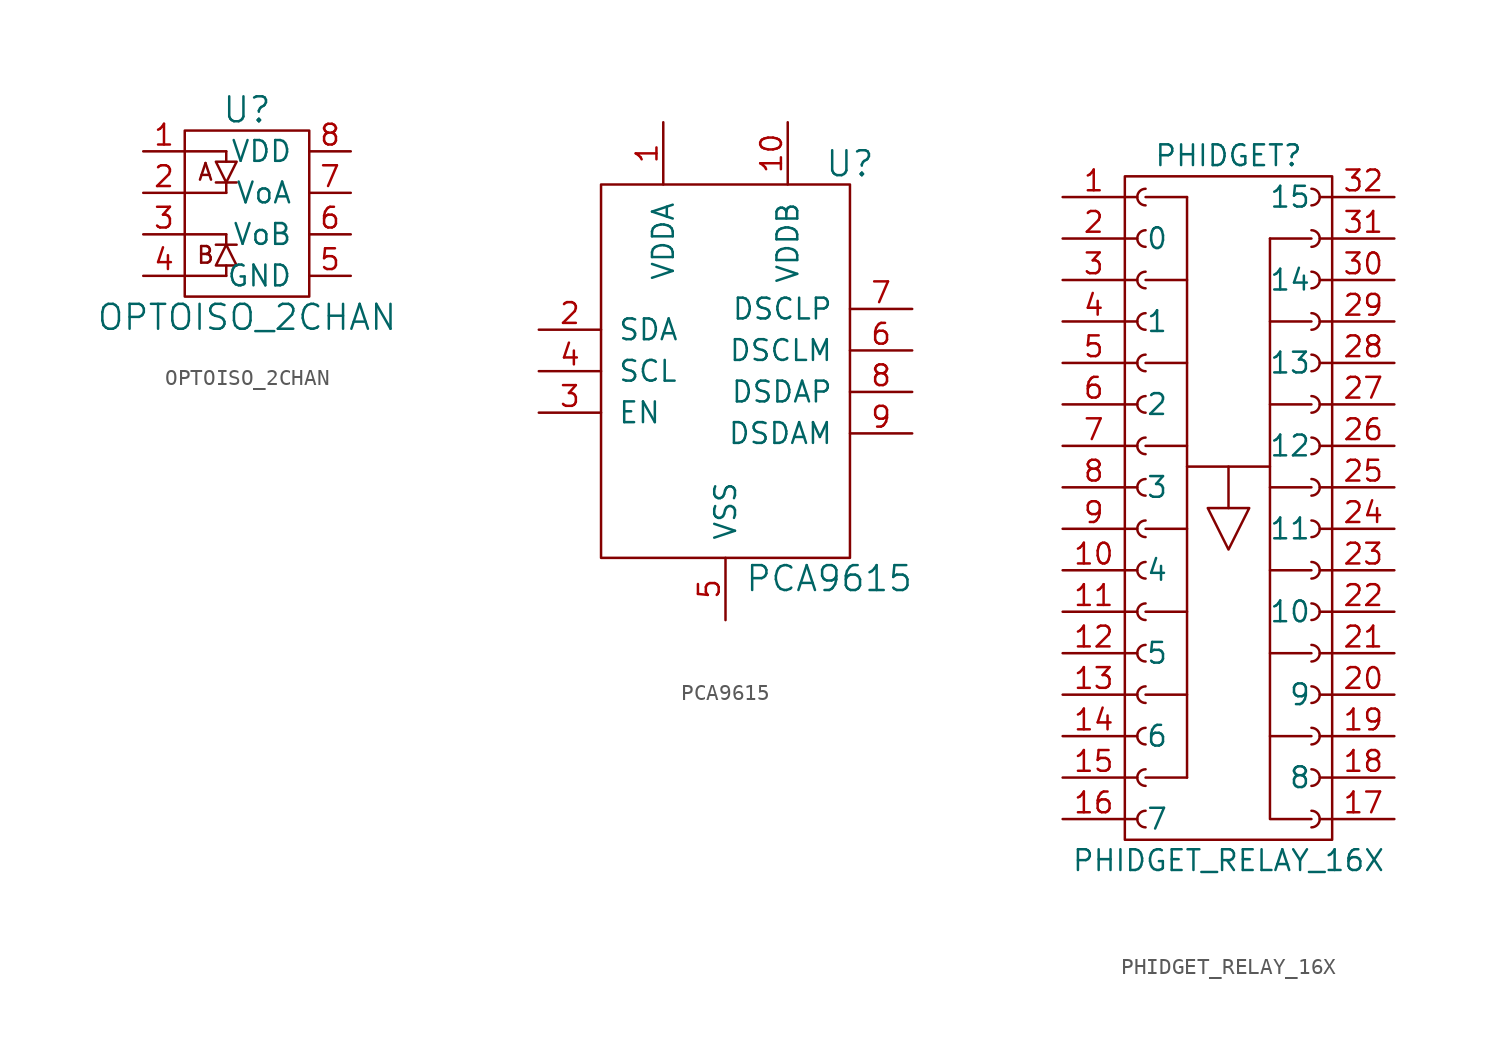
<source format=kicad_sym>
(kicad_symbol_lib
  (version 20211014)
  (generator kicad_symbol_editor)
  (symbol "OPTOISO_2CHAN"
    (pin_names
      (offset 1.016))
    (property "Reference" "U"
      (at 0 6.35 0)
      (effects (font (size 1.524 1.524))))
    (property "Value" "OPTOISO_2CHAN"
      (at 0 -6.35 0)
      (effects (font (size 1.524 1.524))))
    (symbol "OPTOISO_2CHAN_0_0"
      (text "A" (at -2.54 2.54 0) (effects (font (size 1.016 1.016))))
      (text "B" (at -2.54 -2.54 0) (effects (font (size 1.016 1.016)))))
    (symbol "OPTOISO_2CHAN_0_1"
      (rectangle (start -3.81 5.08) (end 3.81 -5.08) (stroke (width 0) (type default) (color 0 0 0 0)) (fill (type none)))
      (polyline (pts (xy -3.81 -3.81) (xy -1.27 -3.81)) (stroke (width 0) (type default) (color 0 0 0 0)) (fill (type none)))
      (polyline (pts (xy -3.81 -1.27) (xy -1.27 -1.27)) (stroke (width 0) (type default) (color 0 0 0 0)) (fill (type none)))
      (polyline (pts (xy -3.81 1.27) (xy -1.27 1.27)) (stroke (width 0) (type default) (color 0 0 0 0)) (fill (type none)))
      (polyline (pts (xy -3.81 3.81) (xy -1.27 3.81)) (stroke (width 0) (type default) (color 0 0 0 0)) (fill (type none)))
      (polyline (pts (xy -1.905 -1.905) (xy -0.635 -1.905)) (stroke (width 0) (type default) (color 0 0 0 0)) (fill (type none)))
      (polyline (pts (xy -1.905 1.905) (xy -0.635 1.905)) (stroke (width 0) (type default) (color 0 0 0 0)) (fill (type none)))
      (polyline (pts (xy -1.27 -3.175) (xy -1.27 -3.81)) (stroke (width 0) (type default) (color 0 0 0 0)) (fill (type none)))
      (polyline (pts (xy -1.27 -1.905) (xy -1.27 -1.27)) (stroke (width 0) (type default) (color 0 0 0 0)) (fill (type none)))
      (polyline (pts (xy -1.27 1.905) (xy -1.27 1.27)) (stroke (width 0) (type default) (color 0 0 0 0)) (fill (type none)))
      (polyline (pts (xy -1.27 3.175) (xy -1.27 3.81)) (stroke (width 0) (type default) (color 0 0 0 0)) (fill (type none)))
      (polyline (pts (xy -1.905 3.175) (xy -0.635 3.175) (xy -1.27 1.905) (xy -1.905 3.175)) (stroke (width 0) (type default) (color 0 0 0 0)) (fill (type none)))
      (polyline (pts (xy -1.27 -1.905) (xy -1.905 -3.175) (xy -0.635 -3.175) (xy -1.27 -1.905)) (stroke (width 0) (type default) (color 0 0 0 0)) (fill (type none))))
    (symbol "OPTOISO_2CHAN_1_1"
      (pin passive line (at -6.35 3.81 0) (length 2.54) (name "~" (effects (font (size 1.27 1.27)))) (number "1" (effects (font (size 1.27 1.27)))))
      (pin passive line (at -6.35 1.27 0) (length 2.54) (name "~" (effects (font (size 1.27 1.27)))) (number "2" (effects (font (size 1.27 1.27)))))
      (pin passive line (at -6.35 -1.27 0) (length 2.54) (name "~" (effects (font (size 1.27 1.27)))) (number "3" (effects (font (size 1.27 1.27)))))
      (pin passive line (at -6.35 -3.81 0) (length 2.54) (name "~" (effects (font (size 1.27 1.27)))) (number "4" (effects (font (size 1.27 1.27)))))
      (pin power_in line (at 6.35 -3.81 180) (length 2.54) (name "GND" (effects (font (size 1.27 1.27)))) (number "5" (effects (font (size 1.27 1.27)))))
      (pin passive line (at 6.35 -1.27 180) (length 2.54) (name "VoB" (effects (font (size 1.27 1.27)))) (number "6" (effects (font (size 1.27 1.27)))))
      (pin passive line (at 6.35 1.27 180) (length 2.54) (name "VoA" (effects (font (size 1.27 1.27)))) (number "7" (effects (font (size 1.27 1.27)))))
      (pin power_in line (at 6.35 3.81 180) (length 2.54) (name "VDD" (effects (font (size 1.27 1.27)))) (number "8" (effects (font (size 1.27 1.27)))))))
  (symbol "PCA9615"
    (pin_names
      (offset 1.016))
    (property "Reference" "U"
      (at 7.62 12.7 0)
      (effects (font (size 1.524 1.524))))
    (property "Value" "PCA9615"
      (at 6.35 -12.7 0)
      (effects (font (size 1.524 1.524))))
    (symbol "PCA9615_0_1"
      (rectangle (start -7.62 11.43) (end 7.62 -11.43) (stroke (width 0) (type default) (color 0 0 0 0)) (fill (type none))))
    (symbol "PCA9615_1_1"
      (pin power_in line (at -3.81 15.24 270) (length 3.81) (name "VDDA" (effects (font (size 1.27 1.27)))) (number "1" (effects (font (size 1.27 1.27)))))
      (pin power_in line (at 3.81 15.24 270) (length 3.81) (name "VDDB" (effects (font (size 1.27 1.27)))) (number "10" (effects (font (size 1.27 1.27)))))
      (pin passive line (at -11.43 2.54 0) (length 3.81) (name "SDA" (effects (font (size 1.27 1.27)))) (number "2" (effects (font (size 1.27 1.27)))))
      (pin passive line (at -11.43 -2.54 0) (length 3.81) (name "EN" (effects (font (size 1.27 1.27)))) (number "3" (effects (font (size 1.27 1.27)))))
      (pin passive line (at -11.43 0 0) (length 3.81) (name "SCL" (effects (font (size 1.27 1.27)))) (number "4" (effects (font (size 1.27 1.27)))))
      (pin passive line (at 0 -15.24 90) (length 3.81) (name "VSS" (effects (font (size 1.27 1.27)))) (number "5" (effects (font (size 1.27 1.27)))))
      (pin passive line (at 11.43 1.27 180) (length 3.81) (name "DSCLM" (effects (font (size 1.27 1.27)))) (number "6" (effects (font (size 1.27 1.27)))))
      (pin passive line (at 11.43 3.81 180) (length 3.81) (name "DSCLP" (effects (font (size 1.27 1.27)))) (number "7" (effects (font (size 1.27 1.27)))))
      (pin passive line (at 11.43 -1.27 180) (length 3.81) (name "DSDAP" (effects (font (size 1.27 1.27)))) (number "8" (effects (font (size 1.27 1.27)))))
      (pin passive line (at 11.43 -3.81 180) (length 3.81) (name "DSDAM" (effects (font (size 1.27 1.27)))) (number "9" (effects (font (size 1.27 1.27)))))))
  (symbol "PHIDGET_RELAY_16X"
    (pin_names
      (offset 1.27))
    (property "Reference" "PHIDGET"
      (at 0 19.05 0)
      (effects (font (size 1.27 1.27))))
    (property "Value" "PHIDGET_RELAY_16X"
      (at 0 -24.13 0)
      (effects (font (size 1.27 1.27))))
    (symbol "PHIDGET_RELAY_16X_0_1"
      (rectangle (start -6.35 17.78) (end 6.35 -22.86) (stroke (width 0) (type default) (color 0 0 0 0)) (fill (type none)))
      (polyline (pts (xy -5.08 -19.05) (xy -2.54 -19.05)) (stroke (width 0) (type default) (color 0 0 0 0)) (fill (type none)))
      (polyline (pts (xy -5.08 -13.97) (xy -2.54 -13.97)) (stroke (width 0) (type default) (color 0 0 0 0)) (fill (type none)))
      (polyline (pts (xy -5.08 -8.89) (xy -2.54 -8.89)) (stroke (width 0) (type default) (color 0 0 0 0)) (fill (type none)))
      (polyline (pts (xy -5.08 -3.81) (xy -2.54 -3.81)) (stroke (width 0) (type default) (color 0 0 0 0)) (fill (type none)))
      (polyline (pts (xy -5.08 1.27) (xy -2.54 1.27)) (stroke (width 0) (type default) (color 0 0 0 0)) (fill (type none)))
      (polyline (pts (xy -5.08 6.35) (xy -2.54 6.35)) (stroke (width 0) (type default) (color 0 0 0 0)) (fill (type none)))
      (polyline (pts (xy -5.08 11.43) (xy -2.54 11.43)) (stroke (width 0) (type default) (color 0 0 0 0)) (fill (type none)))
      (polyline (pts (xy -5.08 16.51) (xy -2.54 16.51)) (stroke (width 0) (type default) (color 0 0 0 0)) (fill (type none)))
      (polyline (pts (xy -2.54 0) (xy 2.54 0)) (stroke (width 0) (type default) (color 0 0 0 0)) (fill (type none)))
      (polyline (pts (xy -2.54 16.51) (xy -2.54 -19.05)) (stroke (width 0) (type default) (color 0 0 0 0)) (fill (type none)))
      (polyline (pts (xy 0 -2.54) (xy 0 0)) (stroke (width 0) (type default) (color 0 0 0 0)) (fill (type none)))
      (polyline (pts (xy 2.54 -16.51) (xy 5.08 -16.51)) (stroke (width 0) (type default) (color 0 0 0 0)) (fill (type none)))
      (polyline (pts (xy 2.54 -11.43) (xy 5.08 -11.43)) (stroke (width 0) (type default) (color 0 0 0 0)) (fill (type none)))
      (polyline (pts (xy 2.54 -6.35) (xy 5.08 -6.35)) (stroke (width 0) (type default) (color 0 0 0 0)) (fill (type none)))
      (polyline (pts (xy 2.54 -1.27) (xy 5.08 -1.27)) (stroke (width 0) (type default) (color 0 0 0 0)) (fill (type none)))
      (polyline (pts (xy 2.54 3.81) (xy 5.08 3.81)) (stroke (width 0) (type default) (color 0 0 0 0)) (fill (type none)))
      (polyline (pts (xy 2.54 8.89) (xy 5.08 8.89)) (stroke (width 0) (type default) (color 0 0 0 0)) (fill (type none)))
      (polyline (pts (xy 2.54 13.97) (xy 5.08 13.97)) (stroke (width 0) (type default) (color 0 0 0 0)) (fill (type none)))
      (polyline (pts (xy 2.54 13.97) (xy 2.54 -21.59) (xy 5.08 -21.59)) (stroke (width 0) (type default) (color 0 0 0 0)) (fill (type none)))
      (polyline (pts (xy -1.27 -2.54) (xy 1.27 -2.54) (xy 0 -5.08) (xy -1.27 -2.54)) (stroke (width 0) (type default) (color 0 0 0 0)) (fill (type none))))
    (symbol "PHIDGET_RELAY_16X_1_1"
      (arc (start -5.08 -21.082) (mid -5.588 -21.59) (end -5.08 -22.098) (stroke (width 0.1524) (type default) (color 0 0 0 0)) (fill (type none)))
      (arc (start -5.08 -18.542) (mid -5.588 -19.05) (end -5.08 -19.558) (stroke (width 0.1524) (type default) (color 0 0 0 0)) (fill (type none)))
      (arc (start -5.08 -16.002) (mid -5.588 -16.51) (end -5.08 -17.018) (stroke (width 0.1524) (type default) (color 0 0 0 0)) (fill (type none)))
      (arc (start -5.08 -13.462) (mid -5.588 -13.97) (end -5.08 -14.478) (stroke (width 0.1524) (type default) (color 0 0 0 0)) (fill (type none)))
      (arc (start -5.08 -10.922) (mid -5.588 -11.43) (end -5.08 -11.938) (stroke (width 0.1524) (type default) (color 0 0 0 0)) (fill (type none)))
      (arc (start -5.08 -8.382) (mid -5.588 -8.89) (end -5.08 -9.398) (stroke (width 0.1524) (type default) (color 0 0 0 0)) (fill (type none)))
      (arc (start -5.08 -5.842) (mid -5.588 -6.35) (end -5.08 -6.858) (stroke (width 0.1524) (type default) (color 0 0 0 0)) (fill (type none)))
      (arc (start -5.08 -3.302) (mid -5.588 -3.81) (end -5.08 -4.318) (stroke (width 0.1524) (type default) (color 0 0 0 0)) (fill (type none)))
      (arc (start -5.08 -0.762) (mid -5.588 -1.27) (end -5.08 -1.778) (stroke (width 0.1524) (type default) (color 0 0 0 0)) (fill (type none)))
      (arc (start -5.08 1.778) (mid -5.588 1.27) (end -5.08 0.762) (stroke (width 0.1524) (type default) (color 0 0 0 0)) (fill (type none)))
      (arc (start -5.08 4.318) (mid -5.588 3.81) (end -5.08 3.302) (stroke (width 0.1524) (type default) (color 0 0 0 0)) (fill (type none)))
      (arc (start -5.08 6.858) (mid -5.588 6.35) (end -5.08 5.842) (stroke (width 0.1524) (type default) (color 0 0 0 0)) (fill (type none)))
      (arc (start -5.08 9.398) (mid -5.588 8.89) (end -5.08 8.382) (stroke (width 0.1524) (type default) (color 0 0 0 0)) (fill (type none)))
      (arc (start -5.08 11.938) (mid -5.588 11.43) (end -5.08 10.922) (stroke (width 0.1524) (type default) (color 0 0 0 0)) (fill (type none)))
      (arc (start -5.08 14.478) (mid -5.588 13.97) (end -5.08 13.462) (stroke (width 0.1524) (type default) (color 0 0 0 0)) (fill (type none)))
      (arc (start -5.08 17.018) (mid -5.588 16.51) (end -5.08 16.002) (stroke (width 0.1524) (type default) (color 0 0 0 0)) (fill (type none)))
      (polyline (pts (xy -6.35 -21.59) (xy -5.588 -21.59)) (stroke (width 0.152) (type default) (color 0 0 0 0)) (fill (type none)))
      (polyline (pts (xy -6.35 -19.05) (xy -5.588 -19.05)) (stroke (width 0.152) (type default) (color 0 0 0 0)) (fill (type none)))
      (polyline (pts (xy -6.35 -16.51) (xy -5.588 -16.51)) (stroke (width 0.152) (type default) (color 0 0 0 0)) (fill (type none)))
      (polyline (pts (xy -6.35 -13.97) (xy -5.588 -13.97)) (stroke (width 0.152) (type default) (color 0 0 0 0)) (fill (type none)))
      (polyline (pts (xy -6.35 -11.43) (xy -5.588 -11.43)) (stroke (width 0.152) (type default) (color 0 0 0 0)) (fill (type none)))
      (polyline (pts (xy -6.35 -8.89) (xy -5.588 -8.89)) (stroke (width 0.152) (type default) (color 0 0 0 0)) (fill (type none)))
      (polyline (pts (xy -6.35 -6.35) (xy -5.588 -6.35)) (stroke (width 0.152) (type default) (color 0 0 0 0)) (fill (type none)))
      (polyline (pts (xy -6.35 -3.81) (xy -5.588 -3.81)) (stroke (width 0.152) (type default) (color 0 0 0 0)) (fill (type none)))
      (polyline (pts (xy -6.35 -1.27) (xy -5.588 -1.27)) (stroke (width 0.152) (type default) (color 0 0 0 0)) (fill (type none)))
      (polyline (pts (xy -6.35 1.27) (xy -5.588 1.27)) (stroke (width 0.152) (type default) (color 0 0 0 0)) (fill (type none)))
      (polyline (pts (xy -6.35 3.81) (xy -5.588 3.81)) (stroke (width 0.152) (type default) (color 0 0 0 0)) (fill (type none)))
      (polyline (pts (xy -6.35 6.35) (xy -5.588 6.35)) (stroke (width 0.152) (type default) (color 0 0 0 0)) (fill (type none)))
      (polyline (pts (xy -6.35 8.89) (xy -5.588 8.89)) (stroke (width 0.152) (type default) (color 0 0 0 0)) (fill (type none)))
      (polyline (pts (xy -6.35 11.43) (xy -5.588 11.43)) (stroke (width 0.152) (type default) (color 0 0 0 0)) (fill (type none)))
      (polyline (pts (xy -6.35 13.97) (xy -5.588 13.97)) (stroke (width 0.152) (type default) (color 0 0 0 0)) (fill (type none)))
      (polyline (pts (xy -6.35 16.51) (xy -5.588 16.51)) (stroke (width 0.152) (type default) (color 0 0 0 0)) (fill (type none)))
      (polyline (pts (xy 6.35 -21.59) (xy 5.588 -21.59)) (stroke (width 0.152) (type default) (color 0 0 0 0)) (fill (type none)))
      (polyline (pts (xy 6.35 -19.05) (xy 5.588 -19.05)) (stroke (width 0.152) (type default) (color 0 0 0 0)) (fill (type none)))
      (polyline (pts (xy 6.35 -16.51) (xy 5.588 -16.51)) (stroke (width 0.152) (type default) (color 0 0 0 0)) (fill (type none)))
      (polyline (pts (xy 6.35 -13.97) (xy 5.588 -13.97)) (stroke (width 0.152) (type default) (color 0 0 0 0)) (fill (type none)))
      (polyline (pts (xy 6.35 -11.43) (xy 5.588 -11.43)) (stroke (width 0.152) (type default) (color 0 0 0 0)) (fill (type none)))
      (polyline (pts (xy 6.35 -8.89) (xy 5.588 -8.89)) (stroke (width 0.152) (type default) (color 0 0 0 0)) (fill (type none)))
      (polyline (pts (xy 6.35 -6.35) (xy 5.588 -6.35)) (stroke (width 0.152) (type default) (color 0 0 0 0)) (fill (type none)))
      (polyline (pts (xy 6.35 -3.81) (xy 5.588 -3.81)) (stroke (width 0.152) (type default) (color 0 0 0 0)) (fill (type none)))
      (polyline (pts (xy 6.35 -1.27) (xy 5.588 -1.27)) (stroke (width 0.152) (type default) (color 0 0 0 0)) (fill (type none)))
      (polyline (pts (xy 6.35 1.27) (xy 5.588 1.27)) (stroke (width 0.152) (type default) (color 0 0 0 0)) (fill (type none)))
      (polyline (pts (xy 6.35 3.81) (xy 5.588 3.81)) (stroke (width 0.152) (type default) (color 0 0 0 0)) (fill (type none)))
      (polyline (pts (xy 6.35 6.35) (xy 5.588 6.35)) (stroke (width 0.152) (type default) (color 0 0 0 0)) (fill (type none)))
      (polyline (pts (xy 6.35 8.89) (xy 5.588 8.89)) (stroke (width 0.152) (type default) (color 0 0 0 0)) (fill (type none)))
      (polyline (pts (xy 6.35 11.43) (xy 5.588 11.43)) (stroke (width 0.152) (type default) (color 0 0 0 0)) (fill (type none)))
      (polyline (pts (xy 6.35 13.97) (xy 5.588 13.97)) (stroke (width 0.152) (type default) (color 0 0 0 0)) (fill (type none)))
      (polyline (pts (xy 6.35 16.51) (xy 5.588 16.51)) (stroke (width 0.152) (type default) (color 0 0 0 0)) (fill (type none)))
      (arc (start 5.08 -22.098) (mid 5.588 -21.59) (end 5.08 -21.082) (stroke (width 0.1524) (type default) (color 0 0 0 0)) (fill (type none)))
      (arc (start 5.08 -19.558) (mid 5.588 -19.05) (end 5.08 -18.542) (stroke (width 0.1524) (type default) (color 0 0 0 0)) (fill (type none)))
      (arc (start 5.08 -17.018) (mid 5.588 -16.51) (end 5.08 -16.002) (stroke (width 0.1524) (type default) (color 0 0 0 0)) (fill (type none)))
      (arc (start 5.08 -14.478) (mid 5.588 -13.97) (end 5.08 -13.462) (stroke (width 0.1524) (type default) (color 0 0 0 0)) (fill (type none)))
      (arc (start 5.08 -11.938) (mid 5.588 -11.43) (end 5.08 -10.922) (stroke (width 0.1524) (type default) (color 0 0 0 0)) (fill (type none)))
      (arc (start 5.08 -9.398) (mid 5.588 -8.89) (end 5.08 -8.382) (stroke (width 0.1524) (type default) (color 0 0 0 0)) (fill (type none)))
      (arc (start 5.08 -6.858) (mid 5.588 -6.35) (end 5.08 -5.842) (stroke (width 0.1524) (type default) (color 0 0 0 0)) (fill (type none)))
      (arc (start 5.08 -4.318) (mid 5.588 -3.81) (end 5.08 -3.302) (stroke (width 0.1524) (type default) (color 0 0 0 0)) (fill (type none)))
      (arc (start 5.08 -1.778) (mid 5.588 -1.27) (end 5.08 -0.762) (stroke (width 0.1524) (type default) (color 0 0 0 0)) (fill (type none)))
      (arc (start 5.08 0.762) (mid 5.588 1.27) (end 5.08 1.778) (stroke (width 0.1524) (type default) (color 0 0 0 0)) (fill (type none)))
      (arc (start 5.08 3.302) (mid 5.588 3.81) (end 5.08 4.318) (stroke (width 0.1524) (type default) (color 0 0 0 0)) (fill (type none)))
      (arc (start 5.08 5.842) (mid 5.588 6.35) (end 5.08 6.858) (stroke (width 0.1524) (type default) (color 0 0 0 0)) (fill (type none)))
      (arc (start 5.08 8.382) (mid 5.588 8.89) (end 5.08 9.398) (stroke (width 0.1524) (type default) (color 0 0 0 0)) (fill (type none)))
      (arc (start 5.08 10.922) (mid 5.588 11.43) (end 5.08 11.938) (stroke (width 0.1524) (type default) (color 0 0 0 0)) (fill (type none)))
      (arc (start 5.08 13.462) (mid 5.588 13.97) (end 5.08 14.478) (stroke (width 0.1524) (type default) (color 0 0 0 0)) (fill (type none)))
      (arc (start 5.08 16.002) (mid 5.588 16.51) (end 5.08 17.018) (stroke (width 0.1524) (type default) (color 0 0 0 0)) (fill (type none)))
      (pin passive line (at -10.16 16.51 0) (length 3.81) (name "~" (effects (font (size 1.27 1.27)))) (number "1" (effects (font (size 1.27 1.27)))))
      (pin passive line (at -10.16 -6.35 0) (length 3.81) (name "4" (effects (font (size 1.27 1.27)))) (number "10" (effects (font (size 1.27 1.27)))))
      (pin passive line (at -10.16 -8.89 0) (length 3.81) (name "~" (effects (font (size 1.27 1.27)))) (number "11" (effects (font (size 1.27 1.27)))))
      (pin passive line (at -10.16 -11.43 0) (length 3.81) (name "5" (effects (font (size 1.27 1.27)))) (number "12" (effects (font (size 1.27 1.27)))))
      (pin passive line (at -10.16 -13.97 0) (length 3.81) (name "~" (effects (font (size 1.27 1.27)))) (number "13" (effects (font (size 1.27 1.27)))))
      (pin passive line (at -10.16 -16.51 0) (length 3.81) (name "6" (effects (font (size 1.27 1.27)))) (number "14" (effects (font (size 1.27 1.27)))))
      (pin passive line (at -10.16 -19.05 0) (length 3.81) (name "~" (effects (font (size 1.27 1.27)))) (number "15" (effects (font (size 1.27 1.27)))))
      (pin passive line (at -10.16 -21.59 0) (length 3.81) (name "7" (effects (font (size 1.27 1.27)))) (number "16" (effects (font (size 1.27 1.27)))))
      (pin passive line (at 10.16 -21.59 180) (length 3.81) (name "~" (effects (font (size 1.27 1.27)))) (number "17" (effects (font (size 1.27 1.27)))))
      (pin passive line (at 10.16 -19.05 180) (length 3.81) (name "8" (effects (font (size 1.27 1.27)))) (number "18" (effects (font (size 1.27 1.27)))))
      (pin passive line (at 10.16 -16.51 180) (length 3.81) (name "~" (effects (font (size 1.27 1.27)))) (number "19" (effects (font (size 1.27 1.27)))))
      (pin passive line (at -10.16 13.97 0) (length 3.81) (name "0" (effects (font (size 1.27 1.27)))) (number "2" (effects (font (size 1.27 1.27)))))
      (pin passive line (at 10.16 -13.97 180) (length 3.81) (name "9" (effects (font (size 1.27 1.27)))) (number "20" (effects (font (size 1.27 1.27)))))
      (pin passive line (at 10.16 -11.43 180) (length 3.81) (name "~" (effects (font (size 1.27 1.27)))) (number "21" (effects (font (size 1.27 1.27)))))
      (pin passive line (at 10.16 -8.89 180) (length 3.81) (name "10" (effects (font (size 1.27 1.27)))) (number "22" (effects (font (size 1.27 1.27)))))
      (pin passive line (at 10.16 -6.35 180) (length 3.81) (name "~" (effects (font (size 1.27 1.27)))) (number "23" (effects (font (size 1.27 1.27)))))
      (pin passive line (at 10.16 -3.81 180) (length 3.81) (name "11" (effects (font (size 1.27 1.27)))) (number "24" (effects (font (size 1.27 1.27)))))
      (pin passive line (at 10.16 -1.27 180) (length 3.81) (name "~" (effects (font (size 1.27 1.27)))) (number "25" (effects (font (size 1.27 1.27)))))
      (pin passive line (at 10.16 1.27 180) (length 3.81) (name "12" (effects (font (size 1.27 1.27)))) (number "26" (effects (font (size 1.27 1.27)))))
      (pin passive line (at 10.16 3.81 180) (length 3.81) (name "~" (effects (font (size 1.27 1.27)))) (number "27" (effects (font (size 1.27 1.27)))))
      (pin passive line (at 10.16 6.35 180) (length 3.81) (name "13" (effects (font (size 1.27 1.27)))) (number "28" (effects (font (size 1.27 1.27)))))
      (pin passive line (at 10.16 8.89 180) (length 3.81) (name "~" (effects (font (size 1.27 1.27)))) (number "29" (effects (font (size 1.27 1.27)))))
      (pin passive line (at -10.16 11.43 0) (length 3.81) (name "~" (effects (font (size 1.27 1.27)))) (number "3" (effects (font (size 1.27 1.27)))))
      (pin passive line (at 10.16 11.43 180) (length 3.81) (name "14" (effects (font (size 1.27 1.27)))) (number "30" (effects (font (size 1.27 1.27)))))
      (pin passive line (at 10.16 13.97 180) (length 3.81) (name "~" (effects (font (size 1.27 1.27)))) (number "31" (effects (font (size 1.27 1.27)))))
      (pin passive line (at 10.16 16.51 180) (length 3.81) (name "15" (effects (font (size 1.27 1.27)))) (number "32" (effects (font (size 1.27 1.27)))))
      (pin passive line (at -10.16 8.89 0) (length 3.81) (name "1" (effects (font (size 1.27 1.27)))) (number "4" (effects (font (size 1.27 1.27)))))
      (pin passive line (at -10.16 6.35 0) (length 3.81) (name "~" (effects (font (size 1.27 1.27)))) (number "5" (effects (font (size 1.27 1.27)))))
      (pin passive line (at -10.16 3.81 0) (length 3.81) (name "2" (effects (font (size 1.27 1.27)))) (number "6" (effects (font (size 1.27 1.27)))))
      (pin passive line (at -10.16 1.27 0) (length 3.81) (name "~" (effects (font (size 1.27 1.27)))) (number "7" (effects (font (size 1.27 1.27)))))
      (pin passive line (at -10.16 -1.27 0) (length 3.81) (name "3" (effects (font (size 1.27 1.27)))) (number "8" (effects (font (size 1.27 1.27)))))
      (pin passive line (at -10.16 -3.81 0) (length 3.81) (name "~" (effects (font (size 1.27 1.27)))) (number "9" (effects (font (size 1.27 1.27))))))))
</source>
